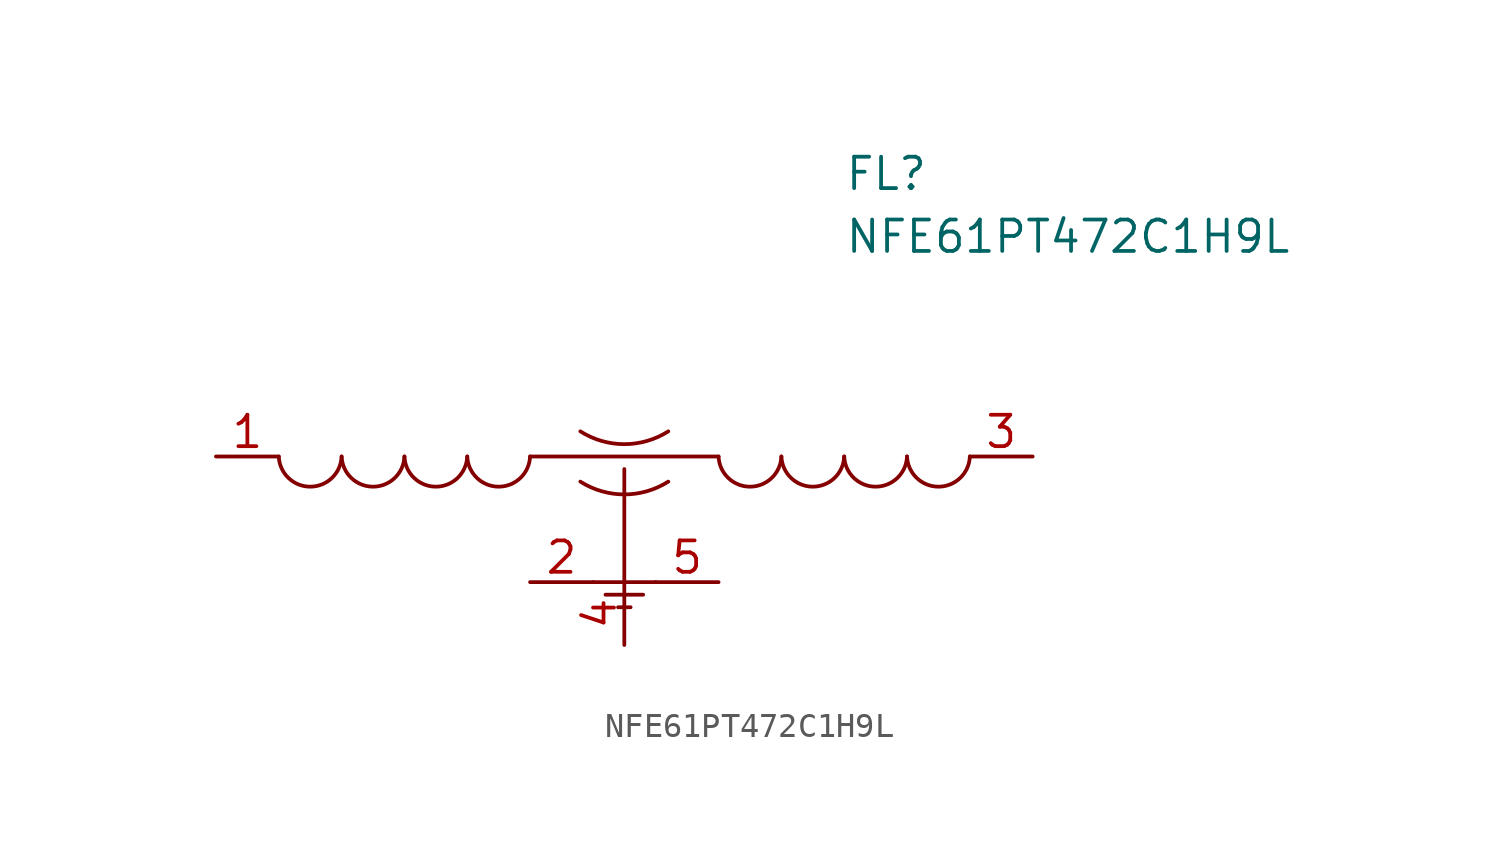
<source format=kicad_sym>
(kicad_symbol_lib
  (version 20211014)
  (generator kicad_symbol_editor)
  (symbol "NFE61PT472C1H9L"
    (pin_names
      (offset 0.762))
    (property "Reference" "FL"
      (at 25.4 11.43 0)
      (effects (font (size 1.27 1.27)) (justify left)))
    (property "Value" "NFE61PT472C1H9L"
      (at 25.4 8.89 0)
      (effects (font (size 1.27 1.27)) (justify left)))
    (symbol "NFE61PT472C1H9L_0_0"
      (pin passive line (at 0 0 0) (length 2.54) (name "~" (effects (font (size 1.27 1.27)))) (number "1" (effects (font (size 1.27 1.27)))))
      (pin passive line (at 12.7 -5.08 0) (length 2.54) (name "~" (effects (font (size 1.27 1.27)))) (number "2" (effects (font (size 1.27 1.27)))))
      (pin passive line (at 33.02 0 180) (length 2.54) (name "~" (effects (font (size 1.27 1.27)))) (number "3" (effects (font (size 1.27 1.27)))))
      (pin passive line (at 16.51 -7.62 90) (length 2.54) (name "~" (effects (font (size 1.27 1.27)))) (number "4" (effects (font (size 1.27 1.27)))))
      (pin passive line (at 20.32 -5.08 180) (length 2.54) (name "~" (effects (font (size 1.27 1.27)))) (number "5" (effects (font (size 1.27 1.27))))))
    (symbol "NFE61PT472C1H9L_0_1"
      (polyline (pts (xy 12.7 0) (xy 20.32 0)) (stroke (width 0.152) (type default) (color 0 0 0 0)) (fill (type none)))
      (polyline (pts (xy 15.24 -5.08) (xy 17.78 -5.08)) (stroke (width 0.152) (type default) (color 0 0 0 0)) (fill (type none)))
      (polyline (pts (xy 15.748 -5.588) (xy 17.272 -5.588)) (stroke (width 0.152) (type default) (color 0 0 0 0)) (fill (type none)))
      (polyline (pts (xy 16.256 -6.096) (xy 16.764 -6.096)) (stroke (width 0.152) (type default) (color 0 0 0 0)) (fill (type none)))
      (polyline (pts (xy 16.51 -5.08) (xy 16.51 -0.508)) (stroke (width 0.152) (type default) (color 0 0 0 0)) (fill (type none)))
      (arc (start 2.54 0) (mid 3.81 -1.3218) (end 5.08 0) (stroke (width 0.1524) (type default) (color 0 0 0 0)) (fill (type none)))
      (arc (start 5.08 0) (mid 6.35 -1.3218) (end 7.62 0) (stroke (width 0.1524) (type default) (color 0 0 0 0)) (fill (type none)))
      (arc (start 7.62 0) (mid 8.89 -1.3218) (end 10.16 0) (stroke (width 0.1524) (type default) (color 0 0 0 0)) (fill (type none)))
      (arc (start 10.16 0) (mid 11.43 -1.3218) (end 12.7 0) (stroke (width 0.1524) (type default) (color 0 0 0 0)) (fill (type none)))
      (arc (start 14.732 -1.016) (mid 16.51 -7.1218) (end 18.288 -1.016) (stroke (width 0.1524) (type default) (color 0 0 0 0)) (fill (type none)))
      (arc (start 14.732 1.016) (mid 16.51 0.4982) (end 18.288 1.016) (stroke (width 0.1524) (type default) (color 0 0 0 0)) (fill (type none)))
      (arc (start 20.32 0) (mid 21.59 -1.3218) (end 22.86 0) (stroke (width 0.1524) (type default) (color 0 0 0 0)) (fill (type none)))
      (arc (start 22.86 0) (mid 24.13 -1.3218) (end 25.4 0) (stroke (width 0.1524) (type default) (color 0 0 0 0)) (fill (type none)))
      (arc (start 25.4 0) (mid 26.67 -1.3218) (end 27.94 0) (stroke (width 0.1524) (type default) (color 0 0 0 0)) (fill (type none)))
      (arc (start 27.94 0) (mid 29.21 -1.3218) (end 30.48 0) (stroke (width 0.1524) (type default) (color 0 0 0 0)) (fill (type none))))))
</source>
